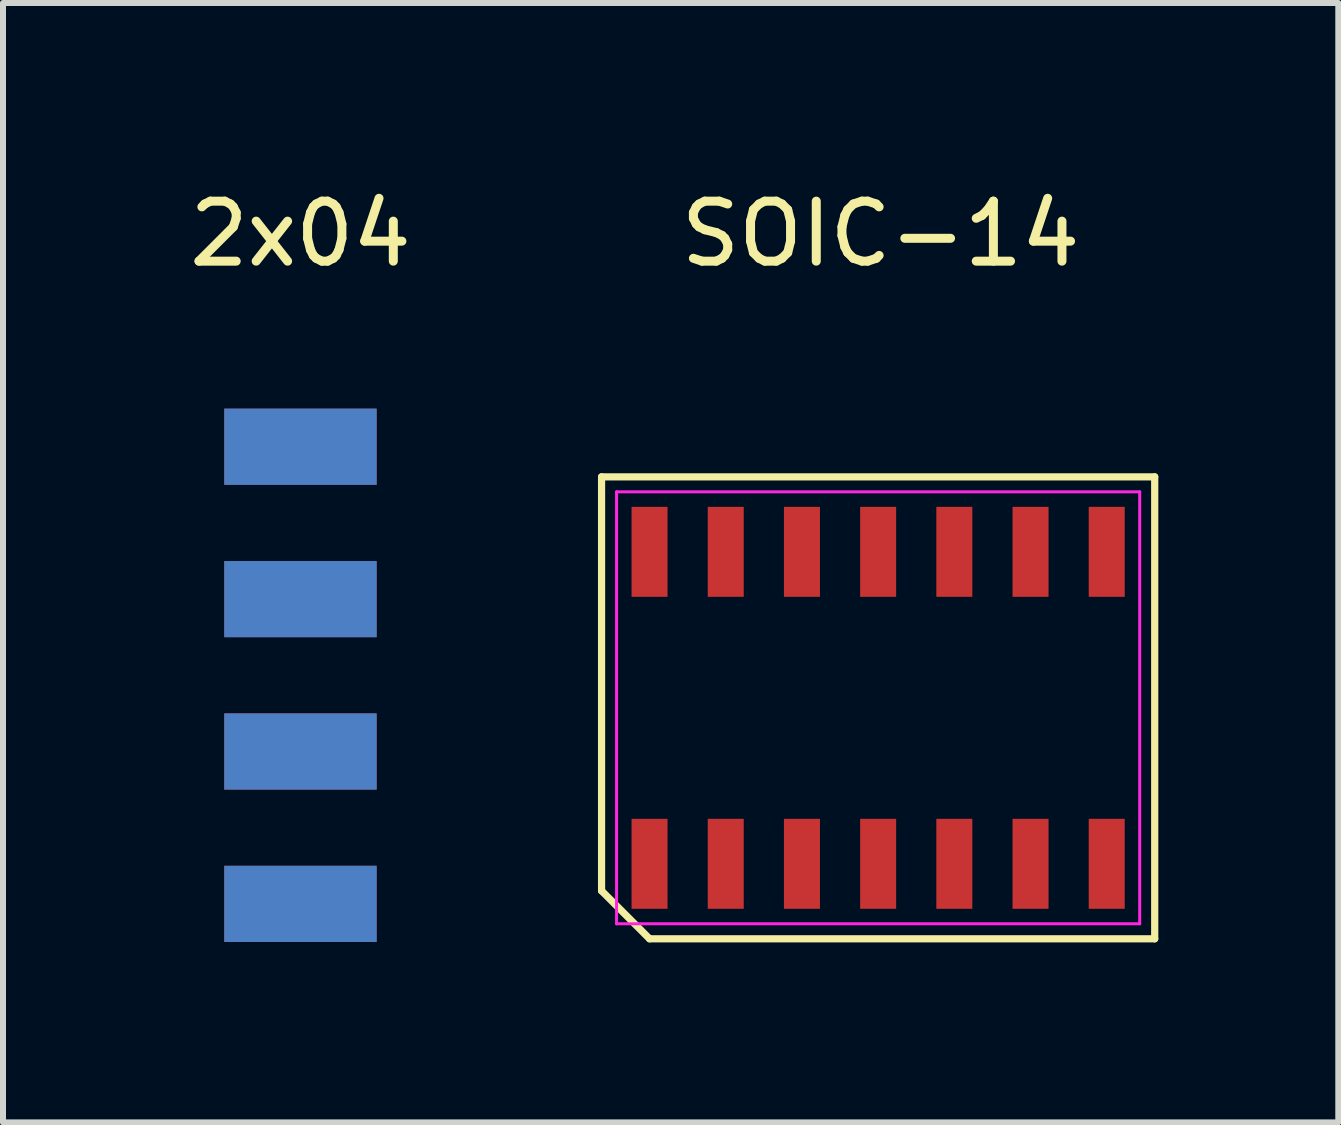
<source format=kicad_pcb>
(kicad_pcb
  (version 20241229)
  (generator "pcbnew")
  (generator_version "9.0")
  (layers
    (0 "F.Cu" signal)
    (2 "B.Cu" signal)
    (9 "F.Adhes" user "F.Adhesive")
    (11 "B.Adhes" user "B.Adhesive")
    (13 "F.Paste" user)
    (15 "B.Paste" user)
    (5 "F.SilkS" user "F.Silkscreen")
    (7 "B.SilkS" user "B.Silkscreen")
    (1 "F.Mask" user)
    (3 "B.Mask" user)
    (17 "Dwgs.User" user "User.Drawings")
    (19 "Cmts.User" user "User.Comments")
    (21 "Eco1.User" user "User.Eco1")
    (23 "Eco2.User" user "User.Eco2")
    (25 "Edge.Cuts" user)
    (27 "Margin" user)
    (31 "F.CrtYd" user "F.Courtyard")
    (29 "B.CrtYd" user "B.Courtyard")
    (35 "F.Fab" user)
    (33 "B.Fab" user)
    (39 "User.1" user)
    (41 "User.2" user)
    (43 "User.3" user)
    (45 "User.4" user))
  (footprint "SOIC-14"
    (layer "F.Cu")
    (at 11.627 1.348)
    (property "Reference" "SOIC-14" (at 0 -0.5 0) (unlocked yes) (layer "F.SilkS") (effects (font (size 1 1) (thickness 0.15))))
    (attr smd)
    (fp_line (start -4.65 3.55) (end 4.57 3.55) (stroke (width 0.12) (type default)) (layer "F.SilkS"))
    (fp_line (start -4.65 10.45) (end -4.65 3.55) (stroke (width 0.12) (type default)) (layer "F.SilkS"))
    (fp_line (start -3.85 11.25) (end -4.65 10.45) (stroke (width 0.12) (type default)) (layer "F.SilkS"))
    (fp_line (start 4.57 3.55) (end 4.57 11.25) (stroke (width 0.12) (type default)) (layer "F.SilkS"))
    (fp_line (start 4.57 11.25) (end -3.85 11.25) (stroke (width 0.12) (type default)) (layer "F.SilkS"))
    (fp_line (start -4.4 3.8) (end 4.32 3.8) (stroke (width 0.05) (type default)) (layer "F.CrtYd"))
    (fp_line (start -4.4 11) (end -4.4 3.8) (stroke (width 0.05) (type default)) (layer "F.CrtYd"))
    (fp_line (start 4.32 3.8) (end 4.32 11) (stroke (width 0.05) (type default)) (layer "F.CrtYd"))
    (fp_line (start 4.32 11) (end -4.4 11) (stroke (width 0.05) (type default)) (layer "F.CrtYd"))
    (pad "1" smd rect (at -3.85 10) (size 0.6 1.5) (layers "F.Cu" "F.Mask" "F.Paste"))
    (pad "2" smd rect (at -2.58 10) (size 0.6 1.5) (layers "F.Cu" "F.Mask" "F.Paste"))
    (pad "3" smd rect (at -1.31 10) (size 0.6 1.5) (layers "F.Cu" "F.Mask" "F.Paste"))
    (pad "4" smd rect (at -0.04 10) (size 0.6 1.5) (layers "F.Cu" "F.Mask" "F.Paste"))
    (pad "5" smd rect (at 1.23 10) (size 0.6 1.5) (layers "F.Cu" "F.Mask" "F.Paste"))
    (pad "6" smd rect (at 2.5 10) (size 0.6 1.5) (layers "F.Cu" "F.Mask" "F.Paste"))
    (pad "7" smd rect (at 3.77 10) (size 0.6 1.5) (layers "F.Cu" "F.Mask" "F.Paste"))
    (pad "8" smd rect (at 3.77 4.8) (size 0.6 1.5) (layers "F.Cu" "F.Mask" "F.Paste"))
    (pad "9" smd rect (at 2.5 4.8) (size 0.6 1.5) (layers "F.Cu" "F.Mask" "F.Paste"))
    (pad "10" smd rect (at 1.23 4.8) (size 0.6 1.5) (layers "F.Cu" "F.Mask" "F.Paste"))
    (pad "11" smd rect (at -0.04 4.8) (size 0.6 1.5) (layers "F.Cu" "F.Mask" "F.Paste"))
    (pad "12" smd rect (at -1.31 4.8) (size 0.6 1.5) (layers "F.Cu" "F.Mask" "F.Paste"))
    (pad "13" smd rect (at -2.58 4.8) (size 0.6 1.5) (layers "F.Cu" "F.Mask" "F.Paste"))
    (pad "14" smd rect (at -3.85 4.8) (size 0.6 1.5) (layers "F.Cu" "F.Mask" "F.Paste")))
  (footprint "2x04"
    (layer "F.Cu")
    (at 1.958 1.348)
    (property "Reference" "2x04" (at 0 -0.5 0) (unlocked yes) (layer "F.SilkS") (effects (font (size 1 1) (thickness 0.15))))
    (attr smd)
    (pad "1" smd rect (at 0 3.048) (size 2.54 1.27) (layers "F.Cu" "F.Mask" "F.Paste"))
    (pad "2" smd rect (at 0 5.588) (size 2.54 1.27) (layers "F.Cu" "F.Mask" "F.Paste"))
    (pad "3" smd rect (at 0 8.128) (size 2.54 1.27) (layers "F.Cu" "F.Mask" "F.Paste"))
    (pad "4" smd rect (at 0 10.668) (size 2.54 1.27) (layers "F.Cu" "F.Mask" "F.Paste"))
    (pad "5" smd rect (at 0 3.048) (size 2.54 1.27) (layers "B.Cu" "B.Mask" "B.Paste"))
    (pad "6" smd rect (at 0 5.588) (size 2.54 1.27) (layers "B.Cu" "B.Mask" "B.Paste"))
    (pad "7" smd rect (at 0 8.128) (size 2.54 1.27) (layers "B.Cu" "B.Mask" "B.Paste"))
    (pad "8" smd rect (at 0 10.668) (size 2.54 1.27) (layers "B.Cu" "B.Mask" "B.Paste")))
  (gr_rect
    (start -3 -3)
    (end 19.257 15.658)
    (stroke (width 0.1) (type default))
    (fill no)
    (layer "Edge.Cuts")))
</source>
